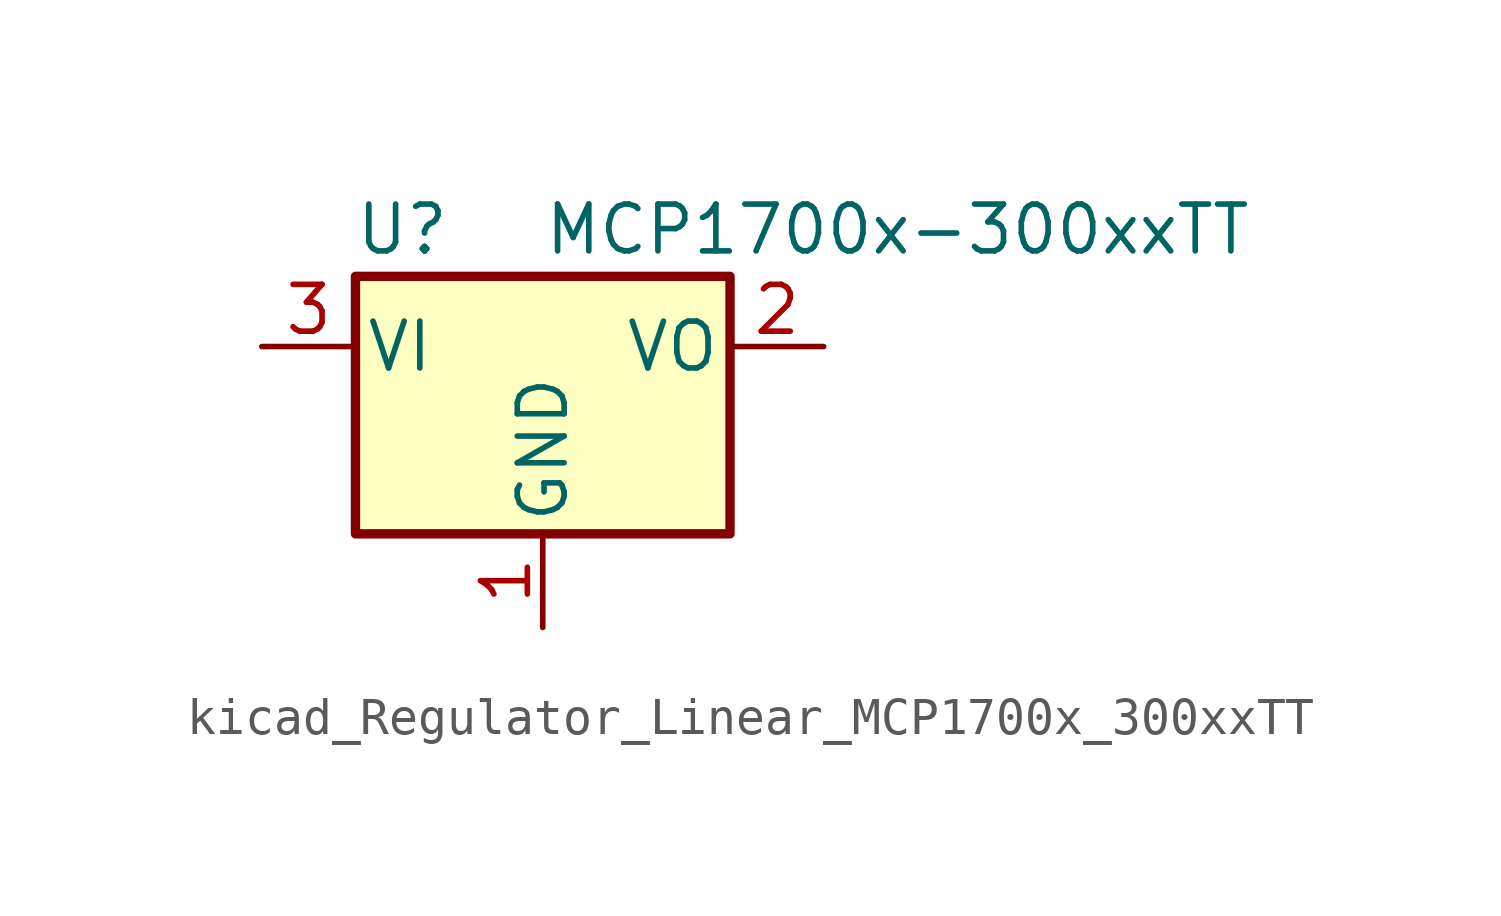
<source format=kicad_sym>
(kicad_symbol_lib
  (version 20220914)
  (generator kicad_symbol_editor)
  (symbol "kicad_Regulator_Linear_MCP1700x_300xxTT"
    (pin_names
      (offset 0.254))
    (property "Reference" "U"
      (at -3.81 3.175 0)
      (effects (font (size 1.27 1.27))))
    (property "Value" "MCP1700x-300xxTT"
      (at 0 3.175 0)
      (effects (font (size 1.27 1.27)) (justify left)))
    (symbol "kicad_Regulator_Linear_MCP1700x_300xxTT_0_1"
      (rectangle (start -5.08 1.905) (end 5.08 -5.08) (stroke (width 0.254) (type default)) (fill (type background))))
    (symbol "kicad_Regulator_Linear_MCP1700x_300xxTT_1_1"
      (pin power_in line (at 0 -7.62 90) (length 2.54) (name "GND" (effects (font (size 1.27 1.27)))) (number "1" (effects (font (size 1.27 1.27)))))
      (pin power_out line (at 7.62 0 180) (length 2.54) (name "VO" (effects (font (size 1.27 1.27)))) (number "2" (effects (font (size 1.27 1.27)))))
      (pin power_in line (at -7.62 0 0) (length 2.54) (name "VI" (effects (font (size 1.27 1.27)))) (number "3" (effects (font (size 1.27 1.27))))))))
</source>
